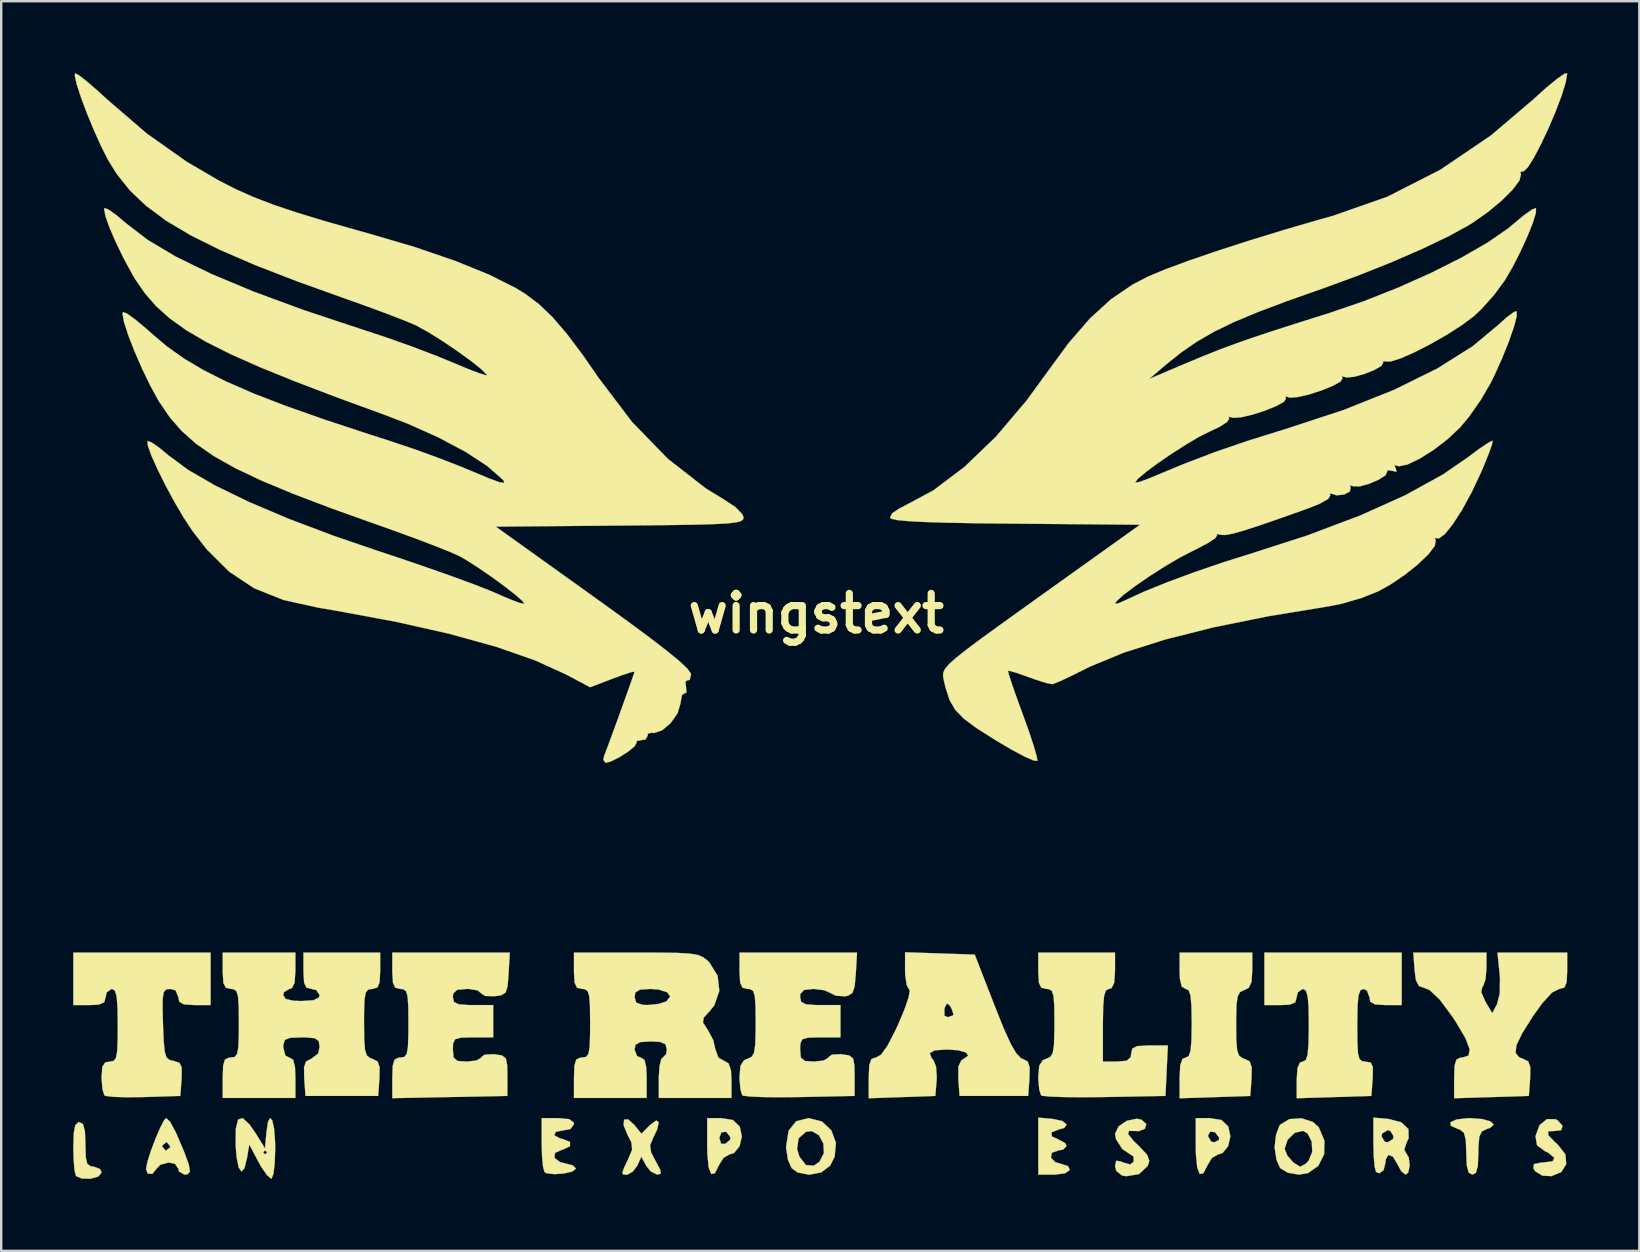
<source format=kicad_pcb>
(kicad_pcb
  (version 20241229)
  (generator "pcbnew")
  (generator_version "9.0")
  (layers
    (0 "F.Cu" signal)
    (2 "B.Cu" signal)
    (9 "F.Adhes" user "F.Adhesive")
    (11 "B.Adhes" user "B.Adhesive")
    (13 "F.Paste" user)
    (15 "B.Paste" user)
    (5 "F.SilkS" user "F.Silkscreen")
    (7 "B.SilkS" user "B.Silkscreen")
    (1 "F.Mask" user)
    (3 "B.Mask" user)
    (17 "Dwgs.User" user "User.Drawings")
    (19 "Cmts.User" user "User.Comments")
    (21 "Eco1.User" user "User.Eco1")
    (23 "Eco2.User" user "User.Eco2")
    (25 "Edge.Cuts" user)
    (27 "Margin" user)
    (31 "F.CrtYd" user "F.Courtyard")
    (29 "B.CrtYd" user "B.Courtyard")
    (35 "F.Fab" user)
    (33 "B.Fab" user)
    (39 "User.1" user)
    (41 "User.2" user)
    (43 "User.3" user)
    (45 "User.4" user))
  (footprint "wingstext"
    (layer "F.Cu")
    (at 30.956 22.507)
    (property "Reference" "wingstext" (at 0 0 0) (layer "F.SilkS") (effects (font (size 1.524 1.524) (thickness 0.3))))
    (attr through_hole)
    (fp_poly (pts (xy -30.547 21.278) (xy -30.468 21.569) (xy -30.446 22.12) (xy -30.432 22.655) (xy -30.369 22.933) (xy -30.228 23.035) (xy -30.11 23.045) (xy -29.836 23.15) (xy -29.774 23.297) (xy -29.915 23.463) (xy -30.24 23.552) (xy -30.603 23.543) (xy -30.839 23.438) (xy -30.897 23.222) (xy -30.938 22.773) (xy -30.951 22.26) (xy -30.933 21.656) (xy -30.871 21.324) (xy -30.748 21.2) (xy -30.699 21.195) (xy -30.547 21.278)) (stroke (width 0.01) (type solid)) (fill yes) (layer "F.SilkS"))
    (fp_poly (pts (xy 9.844 21.058) (xy 10.257 21.149) (xy 10.432 21.292) (xy 10.336 21.433) (xy 10.099 21.501) (xy 9.8 21.62) (xy 9.816 21.787) (xy 10.093 21.916) (xy 10.366 22.064) (xy 10.429 22.188) (xy 10.288 22.338) (xy 10.093 22.372) (xy 9.817 22.469) (xy 9.776 22.674) (xy 9.962 22.861) (xy 10.122 22.907) (xy 10.491 23.026) (xy 10.564 23.186) (xy 10.365 23.325) (xy 9.939 23.381) (xy 9.252 23.381) (xy 9.252 21.006) (xy 9.844 21.058)) (stroke (width 0.01) (type solid)) (fill yes) (layer "F.SilkS"))
    (fp_poly (pts (xy 27.76 21.067) (xy 28.104 21.168) (xy 28.225 21.301) (xy 28.075 21.434) (xy 27.94 21.478) (xy 27.732 21.579) (xy 27.625 21.802) (xy 27.589 22.237) (xy 27.587 22.476) (xy 27.563 23.027) (xy 27.481 23.308) (xy 27.334 23.381) (xy 27.181 23.297) (xy 27.103 23.001) (xy 27.082 22.476) (xy 27.063 21.935) (xy 26.985 21.64) (xy 26.818 21.505) (xy 26.746 21.482) (xy 26.436 21.345) (xy 26.424 21.201) (xy 26.673 21.084) (xy 27.148 21.028) (xy 27.24 21.026) (xy 27.76 21.067)) (stroke (width 0.01) (type solid)) (fill yes) (layer "F.SilkS"))
    (fp_poly (pts (xy -3.471 21.106) (xy -3.191 21.373) (xy -3.185 21.384) (xy -3.098 21.791) (xy -3.196 22.2) (xy -3.429 22.483) (xy -3.617 22.54) (xy -3.864 22.681) (xy -4.037 22.961) (xy -4.222 23.32) (xy -4.373 23.357) (xy -4.481 23.086) (xy -4.536 22.52) (xy -4.542 22.204) (xy -4.542 21.848) (xy -4.037 21.848) (xy -3.962 22.099) (xy -3.778 22.094) (xy -3.583 21.919) (xy -3.578 21.815) (xy -3.754 21.593) (xy -3.954 21.62) (xy -4.037 21.848) (xy -4.542 21.848) (xy -4.542 21.026) (xy -3.959 21.026) (xy -3.471 21.106)) (stroke (width 0.01) (type solid)) (fill yes) (layer "F.SilkS"))
    (fp_poly (pts (xy 16.883 21.106) (xy 17.163 21.373) (xy 17.169 21.384) (xy 17.255 21.791) (xy 17.158 22.2) (xy 16.925 22.483) (xy 16.737 22.54) (xy 16.489 22.681) (xy 16.317 22.961) (xy 16.131 23.32) (xy 15.98 23.357) (xy 15.873 23.086) (xy 15.817 22.52) (xy 15.812 22.204) (xy 15.812 21.769) (xy 16.317 21.769) (xy 16.452 22.001) (xy 16.583 22.036) (xy 16.779 21.938) (xy 16.783 21.836) (xy 16.615 21.614) (xy 16.414 21.586) (xy 16.317 21.769) (xy 15.812 21.769) (xy 15.812 21.026) (xy 16.395 21.026) (xy 16.883 21.106)) (stroke (width 0.01) (type solid)) (fill yes) (layer "F.SilkS"))
    (fp_poly (pts (xy 30.807 21.073) (xy 30.88 21.111) (xy 31.093 21.347) (xy 31.032 21.531) (xy 30.757 21.563) (xy 30.489 21.577) (xy 30.505 21.745) (xy 30.799 22.05) (xy 30.892 22.126) (xy 31.212 22.535) (xy 31.247 22.945) (xy 31.039 23.276) (xy 30.629 23.444) (xy 30.25 23.423) (xy 29.954 23.24) (xy 29.877 23.12) (xy 29.903 22.941) (xy 30.199 22.878) (xy 30.283 22.877) (xy 30.678 22.823) (xy 30.753 22.68) (xy 30.505 22.474) (xy 30.351 22.398) (xy 30.03 22.16) (xy 29.968 21.797) (xy 29.973 21.757) (xy 30.136 21.317) (xy 30.444 21.067) (xy 30.807 21.073)) (stroke (width 0.01) (type solid)) (fill yes) (layer "F.SilkS"))
    (fp_poly (pts (xy -10.298 21.068) (xy -10.105 21.206) (xy -10.093 21.279) (xy -10.239 21.482) (xy -10.513 21.531) (xy -10.856 21.6) (xy -10.909 21.745) (xy -10.663 21.878) (xy -10.555 21.898) (xy -10.259 22.02) (xy -10.258 22.196) (xy -10.543 22.333) (xy -10.591 22.342) (xy -10.882 22.478) (xy -10.903 22.683) (xy -10.675 22.86) (xy -10.471 22.908) (xy -10.135 22.999) (xy -10.009 23.129) (xy -10.154 23.248) (xy -10.497 23.33) (xy -10.9 23.361) (xy -11.227 23.325) (xy -11.318 23.277) (xy -11.381 23.058) (xy -11.424 22.605) (xy -11.438 22.092) (xy -11.438 21.026) (xy -10.766 21.026) (xy -10.298 21.068)) (stroke (width 0.01) (type solid)) (fill yes) (layer "F.SilkS"))
    (fp_poly (pts (xy 0.24 21.168) (xy 0.631 21.538) (xy 0.82 22.052) (xy 0.769 22.627) (xy 0.579 23.008) (xy 0.208 23.287) (xy -0.293 23.385) (xy -0.777 23.291) (xy -1.027 23.108) (xy -1.179 22.762) (xy -1.247 22.309) (xy -0.797 22.309) (xy -0.699 22.635) (xy -0.428 22.982) (xy -0.097 23.006) (xy 0.135 22.843) (xy 0.319 22.486) (xy 0.298 22.086) (xy 0.118 21.746) (xy -0.177 21.568) (xy -0.422 21.593) (xy -0.734 21.868) (xy -0.797 22.309) (xy -1.247 22.309) (xy -1.253 22.274) (xy -1.254 22.204) (xy -1.15 21.549) (xy -0.836 21.156) (xy -0.316 21.026) (xy 0.24 21.168)) (stroke (width 0.01) (type solid)) (fill yes) (layer "F.SilkS"))
    (fp_poly (pts (xy -7.58 21.309) (xy -7.283 21.675) (xy -6.922 21.313) (xy -6.663 21.123) (xy -6.561 21.196) (xy -6.624 21.491) (xy -6.797 21.853) (xy -6.923 22.165) (xy -6.877 22.463) (xy -6.69 22.82) (xy -6.494 23.184) (xy -6.48 23.346) (xy -6.622 23.381) (xy -6.895 23.247) (xy -7.086 23.006) (xy -7.286 22.631) (xy -7.454 23.006) (xy -7.643 23.252) (xy -7.88 23.39) (xy -8.051 23.368) (xy -8.074 23.289) (xy -8.004 23.09) (xy -7.835 22.734) (xy -7.823 22.711) (xy -7.67 22.341) (xy -7.7 22.041) (xy -7.862 21.721) (xy -8.026 21.319) (xy -8.004 21.087) (xy -7.832 21.079) (xy -7.58 21.309)) (stroke (width 0.01) (type solid)) (fill yes) (layer "F.SilkS"))
    (fp_poly (pts (xy 13.544 21.089) (xy 13.75 21.269) (xy 13.698 21.466) (xy 13.44 21.569) (xy 13.315 21.563) (xy 13.026 21.56) (xy 12.994 21.69) (xy 13.225 21.978) (xy 13.467 22.213) (xy 13.789 22.558) (xy 13.876 22.813) (xy 13.809 23.017) (xy 13.451 23.357) (xy 12.921 23.446) (xy 12.742 23.42) (xy 12.499 23.223) (xy 12.448 23.027) (xy 12.496 22.8) (xy 12.7 22.834) (xy 12.774 22.871) (xy 13.083 22.956) (xy 13.224 22.845) (xy 13.225 22.63) (xy 13.147 22.577) (xy 12.75 22.312) (xy 12.489 21.903) (xy 12.448 21.684) (xy 12.593 21.372) (xy 12.941 21.137) (xy 13.354 21.052) (xy 13.544 21.089)) (stroke (width 0.01) (type solid)) (fill yes) (layer "F.SilkS"))
    (fp_poly (pts (xy -26.923 21.171) (xy -26.683 21.615) (xy -26.359 22.369) (xy -26.333 22.435) (xy -26.139 22.96) (xy -26.091 23.248) (xy -26.186 23.365) (xy -26.325 23.381) (xy -26.548 23.247) (xy -26.577 23.129) (xy -26.723 22.926) (xy -26.98 22.877) (xy -27.329 22.971) (xy -27.479 23.129) (xy -27.659 23.35) (xy -27.85 23.34) (xy -27.923 23.144) (xy -27.866 22.851) (xy -27.723 22.401) (xy -27.649 22.204) (xy -27.25 22.204) (xy -27.122 22.367) (xy -27.082 22.372) (xy -26.919 22.244) (xy -26.914 22.204) (xy -27.042 22.041) (xy -27.082 22.036) (xy -27.245 22.164) (xy -27.25 22.204) (xy -27.649 22.204) (xy -27.532 21.894) (xy -27.334 21.43) (xy -27.167 21.111) (xy -27.087 21.026) (xy -26.923 21.171)) (stroke (width 0.01) (type solid)) (fill yes) (layer "F.SilkS"))
    (fp_poly (pts (xy -22.661 21.126) (xy -22.586 21.477) (xy -22.544 22.042) (xy -22.54 22.288) (xy -22.561 22.907) (xy -22.615 23.352) (xy -22.693 23.547) (xy -22.705 23.55) (xy -22.873 23.413) (xy -23.115 23.067) (xy -23.246 22.835) (xy -23.445 22.456) (xy -23.045 22.456) (xy -22.961 22.54) (xy -22.877 22.456) (xy -22.961 22.372) (xy -23.045 22.456) (xy -23.445 22.456) (xy -23.621 22.12) (xy -23.712 22.673) (xy -23.823 23.12) (xy -23.945 23.251) (xy -24.061 23.087) (xy -24.15 22.647) (xy -24.188 22.162) (xy -24.181 21.461) (xy -24.084 21.083) (xy -23.894 21.027) (xy -23.609 21.292) (xy -23.357 21.657) (xy -22.964 22.288) (xy -22.91 21.657) (xy -22.841 21.186) (xy -22.752 21.019) (xy -22.661 21.126)) (stroke (width 0.01) (type solid)) (fill yes) (layer "F.SilkS"))
    (fp_poly (pts (xy 20.694 21.186) (xy 20.933 21.4) (xy 21.175 21.97) (xy 21.159 22.534) (xy 20.921 23.009) (xy 20.493 23.314) (xy 20.112 23.381) (xy 19.651 23.302) (xy 19.327 23.108) (xy 19.327 23.108) (xy 19.175 22.762) (xy 19.106 22.308) (xy 19.513 22.308) (xy 19.513 22.308) (xy 19.627 22.586) (xy 19.881 22.879) (xy 20.143 23.041) (xy 20.177 23.045) (xy 20.387 22.931) (xy 20.513 22.803) (xy 20.665 22.433) (xy 20.643 22.009) (xy 20.474 21.67) (xy 20.281 21.556) (xy 19.936 21.638) (xy 19.639 21.928) (xy 19.513 22.308) (xy 19.106 22.308) (xy 19.101 22.274) (xy 19.1 22.204) (xy 19.158 21.711) (xy 19.302 21.333) (xy 19.327 21.3) (xy 19.712 21.068) (xy 20.217 21.033) (xy 20.694 21.186)) (stroke (width 0.01) (type solid)) (fill yes) (layer "F.SilkS"))
    (fp_poly (pts (xy 23.827 21.058) (xy 24.374 21.2) (xy 24.672 21.483) (xy 24.683 21.863) (xy 24.603 22.027) (xy 24.495 22.341) (xy 24.562 22.458) (xy 24.688 22.673) (xy 24.723 23.002) (xy 24.666 23.288) (xy 24.555 23.381) (xy 24.374 23.242) (xy 24.223 22.961) (xy 24.028 22.631) (xy 23.837 22.557) (xy 23.725 22.754) (xy 23.718 22.867) (xy 23.639 23.193) (xy 23.458 23.326) (xy 23.321 23.265) (xy 23.265 23.052) (xy 23.226 22.605) (xy 23.213 22.082) (xy 23.213 21.783) (xy 23.55 21.783) (xy 23.684 22.006) (xy 23.802 22.036) (xy 24.025 21.901) (xy 24.054 21.783) (xy 23.92 21.56) (xy 23.802 21.531) (xy 23.579 21.666) (xy 23.55 21.783) (xy 23.213 21.783) (xy 23.213 21.006) (xy 23.827 21.058)) (stroke (width 0.01) (type solid)) (fill yes) (layer "F.SilkS"))
    (fp_poly (pts (xy 18.167 14.867) (xy 18.136 15.353) (xy 18.017 15.601) (xy 17.83 15.692) (xy 17.662 15.771) (xy 17.561 15.944) (xy 17.511 16.286) (xy 17.495 16.867) (xy 17.494 17.122) (xy 17.502 17.797) (xy 17.538 18.208) (xy 17.62 18.429) (xy 17.765 18.531) (xy 17.841 18.555) (xy 18.058 18.665) (xy 18.144 18.906) (xy 18.135 19.373) (xy 18.083 20.101) (xy 15.139 20.199) (xy 15.139 19.351) (xy 15.166 18.82) (xy 15.258 18.559) (xy 15.391 18.503) (xy 15.518 18.442) (xy 15.595 18.22) (xy 15.633 17.778) (xy 15.644 17.074) (xy 15.633 16.359) (xy 15.594 15.921) (xy 15.516 15.702) (xy 15.391 15.644) (xy 15.225 15.545) (xy 15.149 15.208) (xy 15.139 14.887) (xy 15.139 14.13) (xy 18.167 14.13) (xy 18.167 14.867)) (stroke (width 0.01) (type solid)) (fill yes) (layer "F.SilkS"))
    (fp_poly (pts (xy 24.391 16.317) (xy 23.718 16.317) (xy 23.278 16.288) (xy 23.083 16.174) (xy 23.045 15.98) (xy 22.94 15.706) (xy 22.793 15.644) (xy 22.67 15.703) (xy 22.593 15.918) (xy 22.553 16.347) (xy 22.541 17.048) (xy 22.54 17.158) (xy 22.546 17.876) (xy 22.571 18.323) (xy 22.632 18.561) (xy 22.743 18.656) (xy 22.886 18.672) (xy 23.102 18.714) (xy 23.19 18.9) (xy 23.185 19.32) (xy 23.181 19.386) (xy 23.129 20.101) (xy 21.573 20.15) (xy 20.017 20.198) (xy 20.017 19.435) (xy 20.05 18.934) (xy 20.16 18.704) (xy 20.27 18.672) (xy 20.393 18.613) (xy 20.469 18.397) (xy 20.509 17.968) (xy 20.522 17.268) (xy 20.522 17.158) (xy 20.512 16.419) (xy 20.476 15.959) (xy 20.405 15.72) (xy 20.288 15.645) (xy 20.27 15.644) (xy 20.064 15.784) (xy 20.017 15.98) (xy 19.961 16.2) (xy 19.733 16.298) (xy 19.344 16.317) (xy 18.672 16.317) (xy 18.672 14.13) (xy 24.391 14.13) (xy 24.391 16.317)) (stroke (width 0.01) (type solid)) (fill yes) (layer "F.SilkS"))
    (fp_poly (pts (xy 12.448 14.887) (xy 12.415 15.386) (xy 12.302 15.613) (xy 12.195 15.644) (xy 12.072 15.703) (xy 11.996 15.918) (xy 11.956 16.347) (xy 11.943 17.048) (xy 11.943 17.158) (xy 11.943 18.672) (xy 12.532 18.672) (xy 12.938 18.634) (xy 13.101 18.487) (xy 13.121 18.335) (xy 13.169 18.126) (xy 13.373 18.026) (xy 13.817 17.999) (xy 13.886 17.999) (xy 14.65 17.999) (xy 14.6 19.05) (xy 14.55 20.101) (xy 12.017 20.148) (xy 11.126 20.156) (xy 10.356 20.15) (xy 9.769 20.13) (xy 9.427 20.097) (xy 9.368 20.077) (xy 9.293 19.848) (xy 9.254 19.424) (xy 9.252 19.301) (xy 9.292 18.84) (xy 9.442 18.613) (xy 9.588 18.552) (xy 9.754 18.476) (xy 9.854 18.309) (xy 9.905 17.979) (xy 9.923 17.416) (xy 9.925 17.054) (xy 9.918 16.364) (xy 9.888 15.945) (xy 9.819 15.73) (xy 9.695 15.652) (xy 9.588 15.644) (xy 9.378 15.594) (xy 9.278 15.389) (xy 9.252 14.941) (xy 9.252 14.887) (xy 9.252 14.13) (xy 12.448 14.13) (xy 12.448 14.887)) (stroke (width 0.01) (type solid)) (fill yes) (layer "F.SilkS"))
    (fp_poly (pts (xy 27.923 14.793) (xy 27.883 15.241) (xy 27.785 15.529) (xy 27.752 15.561) (xy 27.704 15.774) (xy 27.873 16.16) (xy 28.164 16.653) (xy 28.364 16.279) (xy 28.478 15.832) (xy 28.486 15.182) (xy 28.472 15.017) (xy 28.381 14.13) (xy 31.287 14.13) (xy 31.287 14.887) (xy 31.265 15.36) (xy 31.173 15.584) (xy 30.974 15.644) (xy 30.955 15.644) (xy 30.653 15.795) (xy 30.238 16.25) (xy 29.861 16.777) (xy 29.412 17.489) (xy 29.173 17.986) (xy 29.137 18.309) (xy 29.293 18.497) (xy 29.447 18.555) (xy 29.665 18.665) (xy 29.751 18.906) (xy 29.742 19.373) (xy 29.689 20.101) (xy 28.133 20.15) (xy 26.577 20.198) (xy 26.577 19.351) (xy 26.595 18.844) (xy 26.669 18.59) (xy 26.833 18.507) (xy 26.914 18.503) (xy 27.177 18.421) (xy 27.224 18.161) (xy 27.052 17.703) (xy 26.654 17.027) (xy 26.498 16.79) (xy 25.972 16.083) (xy 25.557 15.694) (xy 25.363 15.614) (xy 25.111 15.522) (xy 24.983 15.276) (xy 24.928 14.845) (xy 24.876 14.13) (xy 27.923 14.13) (xy 27.923 14.793)) (stroke (width 0.01) (type solid)) (fill yes) (layer "F.SilkS"))
    (fp_poly (pts (xy -25.232 16.317) (xy -25.905 16.317) (xy -26.345 16.288) (xy -26.539 16.174) (xy -26.577 15.98) (xy -26.695 15.7) (xy -26.92 15.644) (xy -27.084 15.666) (xy -27.182 15.776) (xy -27.227 16.038) (xy -27.231 16.518) (xy -27.215 17.116) (xy -27.186 17.823) (xy -27.143 18.262) (xy -27.068 18.5) (xy -26.939 18.606) (xy -26.779 18.642) (xy -26.535 18.717) (xy -26.436 18.914) (xy -26.438 19.333) (xy -26.442 19.399) (xy -26.493 20.101) (xy -28.015 20.149) (xy -28.701 20.158) (xy -29.255 20.142) (xy -29.594 20.104) (xy -29.656 20.079) (xy -29.732 19.848) (xy -29.772 19.425) (xy -29.774 19.316) (xy -29.743 18.887) (xy -29.619 18.703) (xy -29.437 18.672) (xy -29.277 18.646) (xy -29.178 18.528) (xy -29.125 18.252) (xy -29.104 17.755) (xy -29.101 17.158) (xy -29.11 16.419) (xy -29.146 15.959) (xy -29.218 15.72) (xy -29.335 15.645) (xy -29.353 15.644) (xy -29.558 15.784) (xy -29.605 15.98) (xy -29.662 16.2) (xy -29.89 16.298) (xy -30.278 16.317) (xy -30.951 16.317) (xy -30.951 14.13) (xy -25.232 14.13) (xy -25.232 16.317)) (stroke (width 0.01) (type solid)) (fill yes) (layer "F.SilkS"))
    (fp_poly (pts (xy 5.153 14.165) (xy 6.605 14.214) (xy 7.43 16.341) (xy 7.804 17.272) (xy 8.098 17.92) (xy 8.331 18.325) (xy 8.524 18.525) (xy 8.596 18.557) (xy 8.809 18.667) (xy 8.893 18.914) (xy 8.883 19.373) (xy 8.831 20.101) (xy 5.972 20.101) (xy 5.92 19.385) (xy 5.924 18.877) (xy 6.044 18.618) (xy 6.129 18.568) (xy 6.33 18.425) (xy 6.241 18.293) (xy 5.909 18.198) (xy 5.457 18.167) (xy 4.938 18.202) (xy 4.729 18.316) (xy 4.809 18.528) (xy 4.89 18.616) (xy 4.993 18.889) (xy 5.022 19.337) (xy 5.016 19.448) (xy 4.962 20.101) (xy 3.575 20.15) (xy 2.187 20.199) (xy 2.187 19.351) (xy 2.207 18.838) (xy 2.286 18.582) (xy 2.452 18.504) (xy 2.486 18.503) (xy 2.7 18.386) (xy 2.967 18.013) (xy 3.305 17.356) (xy 3.416 17.117) (xy 3.679 16.492) (xy 3.687 16.471) (xy 5.338 16.471) (xy 5.345 16.762) (xy 5.483 16.821) (xy 5.695 16.749) (xy 5.717 16.695) (xy 5.634 16.455) (xy 5.572 16.344) (xy 5.443 16.242) (xy 5.343 16.45) (xy 5.338 16.471) (xy 3.687 16.471) (xy 3.847 16.004) (xy 3.896 15.718) (xy 3.873 15.673) (xy 3.769 15.486) (xy 3.708 15.08) (xy 3.701 14.866) (xy 3.701 14.117) (xy 5.153 14.165)) (stroke (width 0.01) (type solid)) (fill yes) (layer "F.SilkS"))
    (fp_poly (pts (xy -12.817 15.013) (xy -12.858 15.528) (xy -12.943 15.796) (xy -13.128 15.909) (xy -13.415 15.949) (xy -13.791 15.937) (xy -13.96 15.835) (xy -13.962 15.823) (xy -14.109 15.704) (xy -14.473 15.645) (xy -14.55 15.644) (xy -14.956 15.681) (xy -15.12 15.828) (xy -15.139 15.98) (xy -15.095 16.182) (xy -14.907 16.283) (xy -14.493 16.315) (xy -14.298 16.317) (xy -13.457 16.317) (xy -13.457 17.662) (xy -14.298 17.662) (xy -14.796 17.673) (xy -15.044 17.741) (xy -15.13 17.918) (xy -15.139 18.167) (xy -15.106 18.506) (xy -14.94 18.645) (xy -14.55 18.672) (xy -14.161 18.627) (xy -13.967 18.516) (xy -13.962 18.493) (xy -13.815 18.384) (xy -13.452 18.363) (xy -13.415 18.366) (xy -13.091 18.415) (xy -12.93 18.542) (xy -12.874 18.838) (xy -12.868 19.26) (xy -12.868 20.101) (xy -15.265 20.148) (xy -17.662 20.195) (xy -17.662 19.349) (xy -17.645 18.843) (xy -17.57 18.59) (xy -17.406 18.507) (xy -17.326 18.503) (xy -17.162 18.477) (xy -17.062 18.353) (xy -17.011 18.066) (xy -16.992 17.551) (xy -16.989 17.074) (xy -16.996 16.378) (xy -17.025 15.954) (xy -17.092 15.734) (xy -17.213 15.653) (xy -17.326 15.644) (xy -17.536 15.594) (xy -17.635 15.389) (xy -17.662 14.941) (xy -17.662 14.887) (xy -17.662 14.13) (xy -12.767 14.13) (xy -12.817 15.013)) (stroke (width 0.01) (type solid)) (fill yes) (layer "F.SilkS"))
    (fp_poly (pts (xy 1.649 15.013) (xy 1.601 15.536) (xy 1.509 15.811) (xy 1.328 15.927) (xy 1.2 15.952) (xy 0.816 15.926) (xy 0.62 15.826) (xy 0.335 15.699) (xy -0.102 15.644) (xy -0.118 15.644) (xy -0.509 15.687) (xy -0.66 15.851) (xy -0.673 15.98) (xy -0.629 16.182) (xy -0.441 16.283) (xy -0.026 16.315) (xy 0.168 16.317) (xy 1.009 16.317) (xy 1.009 17.662) (xy 0.168 17.662) (xy -0.33 17.673) (xy -0.578 17.741) (xy -0.663 17.918) (xy -0.673 18.167) (xy -0.64 18.506) (xy -0.474 18.645) (xy -0.084 18.672) (xy 0.305 18.627) (xy 0.5 18.516) (xy 0.505 18.493) (xy 0.651 18.384) (xy 1.014 18.363) (xy 1.051 18.366) (xy 1.375 18.415) (xy 1.536 18.542) (xy 1.592 18.838) (xy 1.598 19.26) (xy 1.598 20.101) (xy -0.682 20.148) (xy -1.527 20.157) (xy -2.247 20.149) (xy -2.779 20.125) (xy -3.057 20.089) (xy -3.079 20.078) (xy -3.154 19.848) (xy -3.194 19.424) (xy -3.196 19.301) (xy -3.156 18.84) (xy -3.006 18.613) (xy -2.86 18.552) (xy -2.694 18.476) (xy -2.594 18.309) (xy -2.542 17.979) (xy -2.525 17.416) (xy -2.523 17.054) (xy -2.53 16.364) (xy -2.559 15.945) (xy -2.628 15.73) (xy -2.752 15.652) (xy -2.86 15.644) (xy -3.07 15.594) (xy -3.169 15.389) (xy -3.196 14.941) (xy -3.196 14.887) (xy -3.196 14.13) (xy 1.7 14.13) (xy 1.649 15.013)) (stroke (width 0.01) (type solid)) (fill yes) (layer "F.SilkS"))
    (fp_poly (pts (xy -6.485 14.132) (xy -5.771 14.143) (xy -5.28 14.171) (xy -4.952 14.224) (xy -4.732 14.31) (xy -4.561 14.435) (xy -4.45 14.543) (xy -4.107 15.097) (xy -4.038 15.728) (xy -4.246 16.327) (xy -4.431 16.557) (xy -4.688 16.842) (xy -4.718 17.045) (xy -4.54 17.321) (xy -4.519 17.349) (xy -4.29 17.776) (xy -4.209 18.141) (xy -4.075 18.506) (xy -3.869 18.623) (xy -3.651 18.748) (xy -3.552 19.034) (xy -3.532 19.448) (xy -3.532 20.185) (xy -6.56 20.185) (xy -6.56 19.344) (xy -6.53 18.865) (xy -6.453 18.56) (xy -6.392 18.503) (xy -6.255 18.362) (xy -6.224 18.167) (xy -6.28 17.947) (xy -6.508 17.85) (xy -6.897 17.83) (xy -7.337 17.859) (xy -7.531 17.973) (xy -7.57 18.167) (xy -7.464 18.441) (xy -7.317 18.503) (xy -7.159 18.593) (xy -7.081 18.905) (xy -7.065 19.344) (xy -7.065 20.185) (xy -10.093 20.185) (xy -10.093 19.344) (xy -10.075 18.84) (xy -10 18.588) (xy -9.834 18.507) (xy -9.756 18.503) (xy -9.593 18.477) (xy -9.493 18.353) (xy -9.441 18.066) (xy -9.422 17.551) (xy -9.42 17.074) (xy -9.426 16.378) (xy -9.453 15.98) (xy -7.57 15.98) (xy -7.498 16.218) (xy -7.225 16.308) (xy -7.023 16.314) (xy -6.568 16.269) (xy -6.244 16.165) (xy -6.083 15.961) (xy -6.21 15.782) (xy -6.576 15.667) (xy -6.907 15.644) (xy -7.343 15.673) (xy -7.534 15.79) (xy -7.57 15.98) (xy -9.453 15.98) (xy -9.455 15.954) (xy -9.523 15.734) (xy -9.644 15.653) (xy -9.756 15.644) (xy -9.967 15.594) (xy -10.066 15.389) (xy -10.093 14.941) (xy -10.093 14.887) (xy -10.093 14.13) (xy -7.478 14.13) (xy -6.485 14.132)) (stroke (width 0.01) (type solid)) (fill yes) (layer "F.SilkS"))
    (fp_poly (pts (xy -21.699 14.887) (xy -21.732 15.386) (xy -21.845 15.613) (xy -21.952 15.644) (xy -22.175 15.778) (xy -22.204 15.896) (xy -22.105 16.062) (xy -21.768 16.138) (xy -21.447 16.148) (xy -20.948 16.115) (xy -20.721 16.003) (xy -20.69 15.896) (xy -20.83 15.691) (xy -21.026 15.644) (xy -21.237 15.594) (xy -21.336 15.389) (xy -21.363 14.941) (xy -21.363 14.887) (xy -21.363 14.13) (xy -18.167 14.13) (xy -18.167 14.887) (xy -18.189 15.36) (xy -18.28 15.583) (xy -18.479 15.643) (xy -18.503 15.644) (xy -18.668 15.671) (xy -18.768 15.796) (xy -18.819 16.085) (xy -18.838 16.604) (xy -18.84 17.054) (xy -18.832 17.748) (xy -18.8 18.177) (xy -18.725 18.411) (xy -18.592 18.522) (xy -18.493 18.555) (xy -18.276 18.665) (xy -18.19 18.906) (xy -18.199 19.373) (xy -18.251 20.101) (xy -21.279 20.101) (xy -21.331 19.373) (xy -21.34 18.903) (xy -21.253 18.663) (xy -21.037 18.555) (xy -20.746 18.331) (xy -20.69 18.063) (xy -20.725 17.815) (xy -20.888 17.698) (xy -21.269 17.663) (xy -21.447 17.662) (xy -21.914 17.68) (xy -22.135 17.765) (xy -22.201 17.969) (xy -22.204 18.083) (xy -22.116 18.421) (xy -21.952 18.503) (xy -21.793 18.593) (xy -21.715 18.905) (xy -21.699 19.344) (xy -21.699 20.185) (xy -24.727 20.185) (xy -24.727 19.344) (xy -24.709 18.84) (xy -24.634 18.588) (xy -24.469 18.507) (xy -24.391 18.503) (xy -24.227 18.477) (xy -24.127 18.353) (xy -24.075 18.066) (xy -24.056 17.551) (xy -24.054 17.074) (xy -24.061 16.378) (xy -24.09 15.954) (xy -24.157 15.734) (xy -24.278 15.653) (xy -24.391 15.644) (xy -24.601 15.594) (xy -24.7 15.389) (xy -24.727 14.941) (xy -24.727 14.887) (xy -24.727 14.13) (xy -21.699 14.13) (xy -21.699 14.887)) (stroke (width 0.01) (type solid)) (fill yes) (layer "F.SilkS"))
    (fp_poly (pts (xy -30.729 -22.429) (xy -30.392 -22.168) (xy -29.922 -21.762) (xy -29.522 -21.396) (xy -27.888 -19.991) (xy -26.225 -18.816) (xy -24.895 -18.038) (xy -24.197 -17.681) (xy -23.46 -17.352) (xy -22.63 -17.033) (xy -21.65 -16.703) (xy -20.467 -16.343) (xy -19.024 -15.933) (xy -18.639 -15.827) (xy -16.715 -15.26) (xy -15.033 -14.684) (xy -13.621 -14.11) (xy -12.506 -13.549) (xy -12.134 -13.321) (xy -11.561 -12.891) (xy -10.992 -12.349) (xy -10.387 -11.645) (xy -9.702 -10.731) (xy -9.056 -9.798) (xy -7.672 -7.975) (xy -6.182 -6.441) (xy -4.604 -5.211) (xy -3.872 -4.763) (xy -3.363 -4.427) (xy -3.072 -4.126) (xy -3.028 -3.997) (xy -3.049 -3.915) (xy -3.134 -3.849) (xy -3.319 -3.797) (xy -3.638 -3.757) (xy -4.126 -3.727) (xy -4.817 -3.704) (xy -5.746 -3.687) (xy -6.948 -3.673) (xy -8.19 -3.661) (xy -13.353 -3.617) (xy -9.284 -0.703) (xy -8.014 0.213) (xy -7.006 0.957) (xy -6.241 1.544) (xy -5.701 1.986) (xy -5.368 2.301) (xy -5.224 2.501) (xy -5.215 2.545) (xy -5.275 2.774) (xy -5.367 2.785) (xy -5.45 2.842) (xy -5.425 3.054) (xy -5.407 3.298) (xy -5.482 3.323) (xy -5.592 3.4) (xy -5.653 3.715) (xy -5.655 3.749) (xy -5.78 4.164) (xy -6.067 4.57) (xy -6.426 4.873) (xy -6.768 4.985) (xy -6.853 4.968) (xy -7.016 5.011) (xy -7.021 5.094) (xy -7.12 5.255) (xy -7.273 5.276) (xy -7.48 5.316) (xy -7.484 5.385) (xy -7.564 5.534) (xy -7.842 5.761) (xy -8.212 5.996) (xy -8.57 6.172) (xy -8.775 6.224) (xy -8.871 6.099) (xy -8.835 5.929) (xy -8.699 5.575) (xy -8.502 5.043) (xy -8.271 4.41) (xy -8.035 3.756) (xy -7.821 3.158) (xy -7.658 2.696) (xy -7.575 2.446) (xy -7.57 2.425) (xy -7.712 2.448) (xy -8.08 2.568) (xy -8.495 2.721) (xy -9.42 3.075) (xy -10.403 2.551) (xy -11.708 1.956) (xy -13.338 1.388) (xy -15.282 0.849) (xy -17.531 0.343) (xy -20.074 -0.128) (xy -20.737 -0.238) (xy -22.197 -0.562) (xy -23.413 -1.048) (xy -24.456 -1.739) (xy -25.399 -2.678) (xy -25.992 -3.444) (xy -26.353 -3.993) (xy -26.738 -4.648) (xy -27.113 -5.343) (xy -27.445 -6.01) (xy -27.702 -6.584) (xy -27.85 -6.999) (xy -27.859 -7.185) (xy -27.697 -7.13) (xy -27.365 -6.898) (xy -26.983 -6.582) (xy -26.162 -5.976) (xy -25.037 -5.326) (xy -23.632 -4.643) (xy -21.974 -3.94) (xy -20.089 -3.228) (xy -18.335 -2.629) (xy -17.185 -2.246) (xy -16.071 -1.863) (xy -15.055 -1.503) (xy -14.203 -1.188) (xy -13.578 -0.943) (xy -13.388 -0.861) (xy -12.826 -0.617) (xy -12.395 -0.452) (xy -12.173 -0.395) (xy -12.161 -0.399) (xy -12.247 -0.527) (xy -12.548 -0.79) (xy -12.998 -1.14) (xy -13.53 -1.528) (xy -14.078 -1.906) (xy -14.577 -2.224) (xy -14.882 -2.397) (xy -15.267 -2.568) (xy -15.901 -2.821) (xy -16.715 -3.13) (xy -17.641 -3.468) (xy -18.335 -3.714) (xy -20.212 -4.384) (xy -21.795 -4.986) (xy -23.118 -5.538) (xy -24.212 -6.057) (xy -25.109 -6.563) (xy -25.841 -7.074) (xy -26.441 -7.607) (xy -26.94 -8.181) (xy -27.37 -8.815) (xy -27.416 -8.891) (xy -27.755 -9.511) (xy -28.095 -10.216) (xy -28.407 -10.934) (xy -28.664 -11.596) (xy -28.838 -12.134) (xy -28.901 -12.477) (xy -28.881 -12.556) (xy -28.72 -12.496) (xy -28.378 -12.251) (xy -27.916 -11.865) (xy -27.698 -11.67) (xy -27.054 -11.125) (xy -26.338 -10.617) (xy -25.518 -10.13) (xy -24.557 -9.648) (xy -23.422 -9.155) (xy -22.078 -8.637) (xy -20.491 -8.078) (xy -18.626 -7.462) (xy -17.744 -7.18) (xy -16.785 -6.858) (xy -15.738 -6.478) (xy -14.765 -6.1) (xy -14.323 -5.916) (xy -13.619 -5.621) (xy -13.188 -5.464) (xy -12.999 -5.437) (xy -13.021 -5.531) (xy -13.058 -5.575) (xy -13.693 -6.133) (xy -14.602 -6.728) (xy -15.729 -7.329) (xy -17.02 -7.906) (xy -17.965 -8.269) (xy -19.988 -9.009) (xy -21.716 -9.668) (xy -23.179 -10.262) (xy -24.404 -10.806) (xy -25.421 -11.316) (xy -26.257 -11.809) (xy -26.941 -12.299) (xy -27.501 -12.802) (xy -27.966 -13.335) (xy -28.364 -13.912) (xy -28.477 -14.103) (xy -28.845 -14.777) (xy -29.177 -15.459) (xy -29.445 -16.078) (xy -29.617 -16.566) (xy -29.666 -16.851) (xy -29.652 -16.887) (xy -29.491 -16.831) (xy -29.158 -16.595) (xy -28.736 -16.239) (xy -27.845 -15.556) (xy -26.671 -14.859) (xy -25.204 -14.144) (xy -23.435 -13.405) (xy -21.352 -12.638) (xy -18.946 -11.839) (xy -18.84 -11.805) (xy -17.858 -11.479) (xy -16.813 -11.107) (xy -15.84 -10.737) (xy -15.184 -10.468) (xy -14.546 -10.201) (xy -14.052 -10.012) (xy -13.762 -9.923) (xy -13.714 -9.932) (xy -13.945 -10.169) (xy -14.385 -10.522) (xy -14.957 -10.936) (xy -15.58 -11.356) (xy -16.175 -11.728) (xy -16.662 -11.995) (xy -16.737 -12.03) (xy -17.236 -12.236) (xy -17.953 -12.512) (xy -18.789 -12.821) (xy -19.559 -13.094) (xy -21.606 -13.828) (xy -23.353 -14.505) (xy -24.829 -15.142) (xy -26.062 -15.755) (xy -27.082 -16.362) (xy -27.915 -16.979) (xy -28.592 -17.622) (xy -29.141 -18.308) (xy -29.506 -18.898) (xy -29.798 -19.475) (xy -30.102 -20.151) (xy -30.391 -20.854) (xy -30.637 -21.513) (xy -30.813 -22.056) (xy -30.89 -22.409) (xy -30.878 -22.502) (xy -30.729 -22.429)) (stroke (width 0.01) (type solid)) (fill yes) (layer "F.SilkS"))
    (fp_poly (pts (xy 31.287 -22.498) (xy 31.224 -22.119) (xy 31.053 -21.57) (xy 30.806 -20.917) (xy 30.512 -20.226) (xy 30.201 -19.564) (xy 29.905 -18.997) (xy 29.652 -18.593) (xy 29.473 -18.417) (xy 29.436 -18.42) (xy 29.339 -18.393) (xy 29.361 -18.292) (xy 29.296 -18.033) (xy 29.004 -17.646) (xy 28.538 -17.184) (xy 27.955 -16.702) (xy 27.31 -16.252) (xy 27.191 -16.179) (xy 26.351 -15.719) (xy 25.263 -15.198) (xy 24.001 -14.648) (xy 22.64 -14.103) (xy 21.256 -13.594) (xy 21.097 -13.538) (xy 19.61 -13.013) (xy 18.395 -12.555) (xy 17.399 -12.138) (xy 16.572 -11.737) (xy 15.86 -11.326) (xy 15.213 -10.88) (xy 14.578 -10.373) (xy 14.466 -10.278) (xy 13.877 -9.772) (xy 15.391 -10.415) (xy 16.108 -10.715) (xy 16.775 -10.98) (xy 17.455 -11.234) (xy 18.212 -11.499) (xy 19.109 -11.796) (xy 20.209 -12.148) (xy 21.404 -12.524) (xy 22.82 -13.009) (xy 24.249 -13.575) (xy 25.626 -14.191) (xy 26.89 -14.827) (xy 27.975 -15.453) (xy 28.819 -16.036) (xy 29.037 -16.217) (xy 29.478 -16.584) (xy 29.818 -16.825) (xy 29.986 -16.889) (xy 29.987 -16.888) (xy 29.982 -16.683) (xy 29.849 -16.258) (xy 29.62 -15.689) (xy 29.328 -15.053) (xy 29.007 -14.424) (xy 28.691 -13.882) (xy 28.242 -13.273) (xy 27.707 -12.674) (xy 27.42 -12.404) (xy 26.923 -12.028) (xy 26.296 -11.625) (xy 25.612 -11.233) (xy 24.943 -10.889) (xy 24.362 -10.632) (xy 23.939 -10.499) (xy 23.783 -10.497) (xy 23.613 -10.511) (xy 23.622 -10.449) (xy 23.543 -10.31) (xy 23.243 -10.139) (xy 22.83 -9.975) (xy 22.41 -9.859) (xy 22.091 -9.831) (xy 22.014 -9.854) (xy 21.893 -9.878) (xy 21.927 -9.796) (xy 21.843 -9.66) (xy 21.523 -9.482) (xy 21.06 -9.294) (xy 20.547 -9.128) (xy 20.076 -9.016) (xy 19.739 -8.99) (xy 19.659 -9.013) (xy 19.538 -9.037) (xy 19.572 -8.955) (xy 19.488 -8.819) (xy 19.168 -8.641) (xy 18.705 -8.453) (xy 18.192 -8.287) (xy 17.721 -8.175) (xy 17.384 -8.149) (xy 17.304 -8.172) (xy 17.182 -8.196) (xy 17.208 -8.128) (xy 17.123 -7.982) (xy 16.797 -7.771) (xy 16.402 -7.585) (xy 15.971 -7.371) (xy 15.421 -7.047) (xy 14.819 -6.663) (xy 14.236 -6.263) (xy 13.741 -5.897) (xy 13.402 -5.611) (xy 13.289 -5.459) (xy 13.425 -5.467) (xy 13.766 -5.585) (xy 13.92 -5.648) (xy 15.331 -6.234) (xy 16.635 -6.731) (xy 17.974 -7.19) (xy 19.491 -7.663) (xy 19.585 -7.692) (xy 21.987 -8.481) (xy 24.086 -9.32) (xy 25.874 -10.204) (xy 27.342 -11.128) (xy 28.382 -11.991) (xy 28.774 -12.343) (xy 29.068 -12.558) (xy 29.182 -12.591) (xy 29.184 -12.38) (xy 29.067 -11.936) (xy 28.855 -11.329) (xy 28.574 -10.63) (xy 28.249 -9.909) (xy 28.101 -9.608) (xy 27.695 -8.909) (xy 27.198 -8.199) (xy 26.821 -7.745) (xy 26.309 -7.265) (xy 25.727 -6.819) (xy 25.146 -6.452) (xy 24.64 -6.208) (xy 24.281 -6.131) (xy 24.197 -6.155) (xy 24.083 -6.177) (xy 24.14 -6.053) (xy 24.178 -5.903) (xy 23.989 -5.941) (xy 23.792 -5.971) (xy 23.789 -5.909) (xy 23.718 -5.757) (xy 23.431 -5.573) (xy 23.039 -5.403) (xy 22.652 -5.295) (xy 22.381 -5.296) (xy 22.361 -5.306) (xy 22.23 -5.34) (xy 22.265 -5.253) (xy 22.23 -5.08) (xy 21.992 -4.953) (xy 21.685 -4.921) (xy 21.507 -4.977) (xy 21.388 -4.999) (xy 21.419 -4.924) (xy 21.334 -4.776) (xy 20.985 -4.575) (xy 20.562 -4.402) (xy 19.386 -3.983) (xy 18.486 -3.672) (xy 17.824 -3.457) (xy 17.36 -3.326) (xy 17.056 -3.268) (xy 16.874 -3.272) (xy 16.839 -3.282) (xy 16.678 -3.31) (xy 16.703 -3.258) (xy 16.623 -3.135) (xy 16.298 -2.921) (xy 15.793 -2.656) (xy 15.649 -2.587) (xy 15.124 -2.315) (xy 14.511 -1.953) (xy 13.877 -1.546) (xy 13.289 -1.141) (xy 12.812 -0.782) (xy 12.514 -0.514) (xy 12.448 -0.406) (xy 12.577 -0.418) (xy 12.889 -0.554) (xy 12.91 -0.564) (xy 13.655 -0.908) (xy 14.638 -1.305) (xy 15.772 -1.724) (xy 16.968 -2.133) (xy 17.999 -2.456) (xy 20.475 -3.254) (xy 22.659 -4.078) (xy 24.54 -4.924) (xy 26.105 -5.786) (xy 27.14 -6.498) (xy 27.621 -6.856) (xy 27.99 -7.105) (xy 28.176 -7.199) (xy 28.184 -7.197) (xy 28.15 -7.026) (xy 28.006 -6.624) (xy 27.78 -6.069) (xy 27.697 -5.876) (xy 27.31 -5.056) (xy 26.908 -4.32) (xy 26.523 -3.719) (xy 26.189 -3.304) (xy 25.941 -3.126) (xy 25.868 -3.134) (xy 25.765 -3.145) (xy 25.811 -3.043) (xy 25.771 -2.813) (xy 25.501 -2.461) (xy 25.06 -2.039) (xy 24.506 -1.598) (xy 23.9 -1.19) (xy 23.416 -0.923) (xy 22.709 -0.641) (xy 21.887 -0.403) (xy 21.374 -0.301) (xy 18.821 0.119) (xy 16.533 0.583) (xy 14.528 1.089) (xy 12.82 1.63) (xy 11.429 2.204) (xy 11.186 2.324) (xy 10.608 2.612) (xy 10.14 2.831) (xy 9.866 2.94) (xy 9.84 2.946) (xy 9.597 2.901) (xy 9.16 2.765) (xy 8.851 2.654) (xy 8.383 2.487) (xy 8.067 2.396) (xy 7.99 2.391) (xy 8.028 2.558) (xy 8.164 2.974) (xy 8.375 3.574) (xy 8.605 4.202) (xy 8.865 4.926) (xy 9.067 5.54) (xy 9.19 5.972) (xy 9.214 6.143) (xy 9.063 6.13) (xy 8.685 5.965) (xy 8.139 5.674) (xy 7.494 5.295) (xy 6.703 4.794) (xy 6.153 4.388) (xy 5.787 4.011) (xy 5.55 3.598) (xy 5.386 3.085) (xy 5.31 2.757) (xy 5.284 2.605) (xy 5.294 2.463) (xy 5.368 2.306) (xy 5.535 2.111) (xy 5.822 1.853) (xy 6.257 1.508) (xy 6.868 1.051) (xy 7.683 0.46) (xy 8.73 -0.292) (xy 9.344 -0.731) (xy 13.491 -3.696) (xy 8.315 -3.74) (xy 6.755 -3.757) (xy 5.506 -3.779) (xy 4.544 -3.808) (xy 3.845 -3.844) (xy 3.383 -3.888) (xy 3.134 -3.942) (xy 3.072 -3.988) (xy 3.167 -4.175) (xy 3.486 -4.388) (xy 3.596 -4.438) (xy 4.872 -5.121) (xy 6.179 -6.106) (xy 7.487 -7.365) (xy 8.763 -8.868) (xy 9.558 -9.959) (xy 10.51 -11.258) (xy 11.4 -12.285) (xy 12.276 -13.086) (xy 13.187 -13.705) (xy 13.838 -14.041) (xy 14.558 -14.341) (xy 15.543 -14.704) (xy 16.733 -15.111) (xy 18.067 -15.542) (xy 19.483 -15.977) (xy 20.923 -16.396) (xy 21.531 -16.566) (xy 23.801 -17.363) (xy 26 -18.483) (xy 28.114 -19.917) (xy 29.844 -21.388) (xy 30.402 -21.891) (xy 30.859 -22.268) (xy 31.17 -22.483) (xy 31.287 -22.5) (xy 31.287 -22.498)) (stroke (width 0.01) (type solid)) (fill yes) (layer "F.SilkS")))
  (gr_rect
    (start -3 -3)
    (end 65.248 49.063)
    (stroke (width 0.1) (type default))
    (fill no)
    (layer "Edge.Cuts")))
</source>
